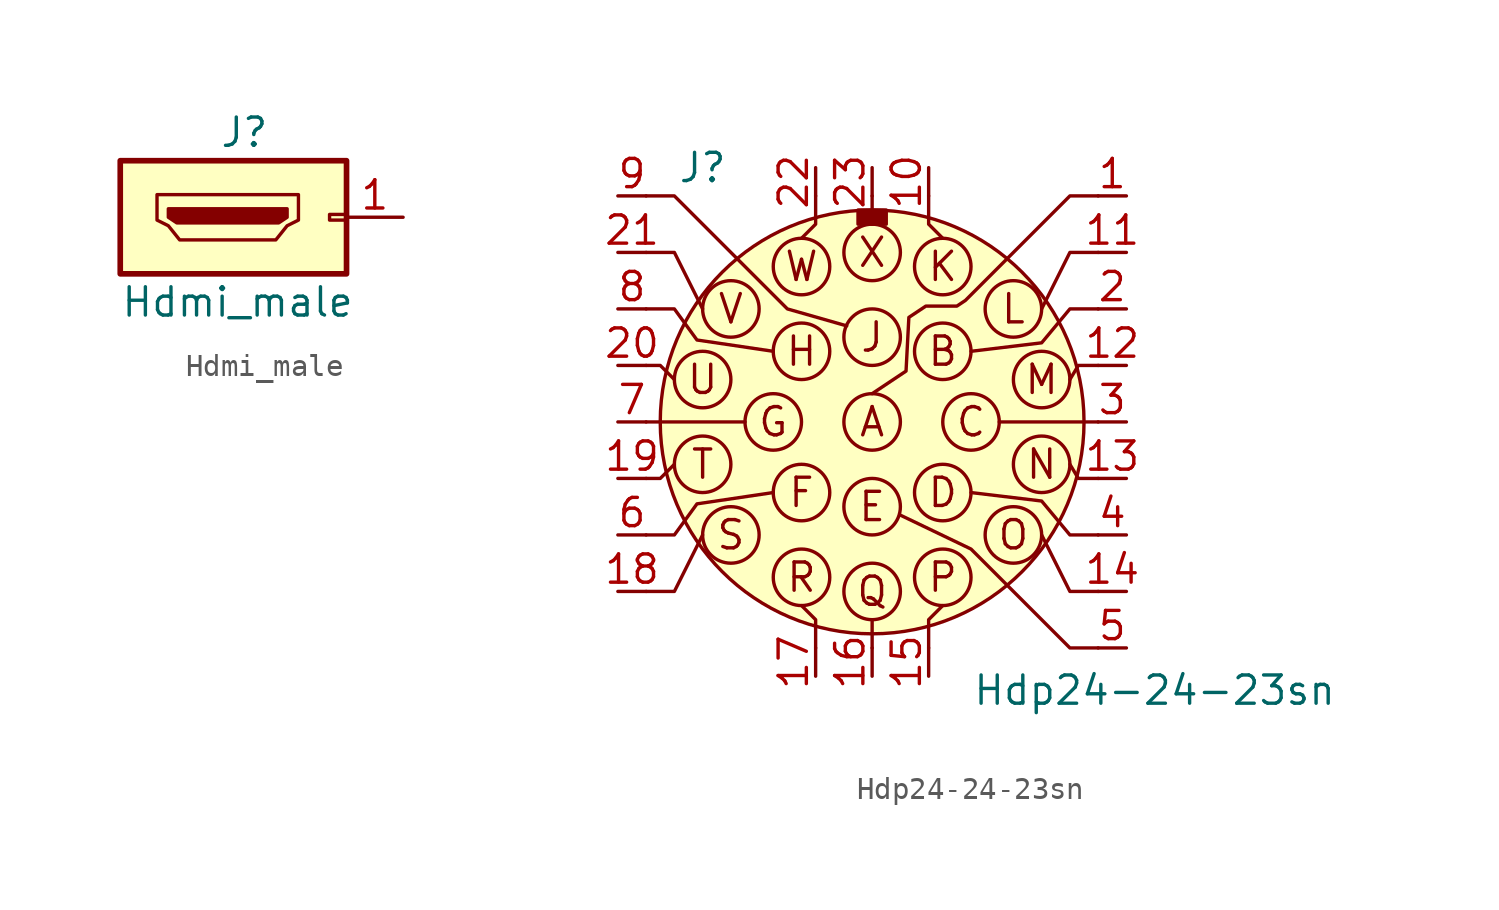
<source format=kicad_sym>
(kicad_symbol_lib
  (version 20211014)
  (generator kicad_symbol_editor)
  (symbol "Hdmi_male"
    (pin_names
      (offset 1.016) hide)
    (property "Reference" "J"
      (at -5.715 3.81 0)
      (effects (font (size 1.27 1.27)) (justify left)))
    (property "Value" "Hdmi_male"
      (at -10.16 -3.81 0)
      (effects (font (size 1.27 1.27)) (justify left)))
    (symbol "Hdmi_male_0_0"
      (polyline (pts (xy -8.509 -0.127) (xy -8.509 1.016) (xy -2.159 1.016) (xy -2.159 -0.127) (xy -2.667 -0.381) (xy -3.175 -1.016) (xy -7.493 -1.016) (xy -8.001 -0.381) (xy -8.509 -0.127)) (stroke (width 0) (type default) (color 0 0 0 0)) (fill (type none))))
    (symbol "Hdmi_male_0_1"
      (rectangle (start -10.16 -2.54) (end 0 2.54) (stroke (width 0.254) (type default) (color 0 0 0 0)) (fill (type background)))
      (rectangle (start 0 -0.127) (end -0.762 0.127) (stroke (width 0) (type default) (color 0 0 0 0)) (fill (type none)))
      (polyline (pts (xy -8.001 0.381) (xy -8.001 0) (xy -7.62 -0.254) (xy -3.048 -0.254) (xy -2.667 0) (xy -2.667 0.381) (xy -8.001 0.381)) (stroke (width 0) (type default) (color 0 0 0 0)) (fill (type outline))))
    (symbol "Hdmi_male_1_1"
      (pin passive line (at 2.54 0 180) (length 2.54) (name "Pin_1" (effects (font (size 1.27 1.27)))) (number "1" (effects (font (size 1.27 1.27)))))))
  (symbol "Hdp24-24-23sn"
    (pin_names
      (offset 1.016) hide)
    (property "Reference" "J"
      (at -7.62 11.43 0)
      (effects (font (size 1.27 1.27))))
    (property "Value" "Hdp24-24-23sn"
      (at 12.7 -12.065 0)
      (effects (font (size 1.27 1.27))))
    (symbol "Hdp24-24-23sn_0_0"
      (text "A" (at 0 0 0) (effects (font (size 1.27 1.27)))))
    (symbol "Hdp24-24-23sn_0_1"
      (circle (center 7.62 1.905) (radius 1.27) (stroke (width 0) (type default) (color 0 0 0 0)) (fill (type none))))
    (symbol "Hdp24-24-23sn_1_1"
      (circle (center -7.62 -1.905) (radius 1.27) (stroke (width 0) (type default) (color 0 0 0 0)) (fill (type none)))
      (circle (center -7.62 1.905) (radius 1.27) (stroke (width 0) (type default) (color 0 0 0 0)) (fill (type none)))
      (circle (center -6.35 -5.08) (radius 1.27) (stroke (width 0) (type default) (color 0 0 0 0)) (fill (type none)))
      (circle (center -6.35 5.08) (radius 1.27) (stroke (width 0) (type default) (color 0 0 0 0)) (fill (type none)))
      (circle (center -4.445 0) (radius 1.27) (stroke (width 0) (type default) (color 0 0 0 0)) (fill (type none)))
      (circle (center -3.175 -6.985) (radius 1.27) (stroke (width 0) (type default) (color 0 0 0 0)) (fill (type none)))
      (circle (center -3.175 -3.175) (radius 1.27) (stroke (width 0) (type default) (color 0 0 0 0)) (fill (type none)))
      (circle (center -3.175 3.175) (radius 1.27) (stroke (width 0) (type default) (color 0 0 0 0)) (fill (type none)))
      (circle (center -3.175 6.985) (radius 1.27) (stroke (width 0) (type default) (color 0 0 0 0)) (fill (type none)))
      (rectangle (start -0.635 9.525) (end 0.635 8.89) (stroke (width 0) (type default) (color 0 0 0 0)) (fill (type outline)))
      (circle (center 0 -7.62) (radius 1.27) (stroke (width 0) (type default) (color 0 0 0 0)) (fill (type none)))
      (circle (center 0 -3.81) (radius 1.27) (stroke (width 0) (type default) (color 0 0 0 0)) (fill (type none)))
      (polyline (pts (xy -5.715 0) (xy -10.16 0)) (stroke (width 0) (type default) (color 0 0 0 0)) (fill (type none)))
      (polyline (pts (xy 0 -8.89) (xy 0 -10.16)) (stroke (width 0) (type default) (color 0 0 0 0)) (fill (type none)))
      (polyline (pts (xy 0 8.89) (xy 0 10.16)) (stroke (width 0) (type default) (color 0 0 0 0)) (fill (type none)))
      (polyline (pts (xy 5.715 0) (xy 10.16 0)) (stroke (width 0) (type default) (color 0 0 0 0)) (fill (type none)))
      (polyline (pts (xy -8.89 -1.905) (xy -9.525 -2.54) (xy -10.16 -2.54)) (stroke (width 0) (type default) (color 0 0 0 0)) (fill (type none)))
      (polyline (pts (xy -8.89 1.905) (xy -9.525 2.54) (xy -10.16 2.54)) (stroke (width 0) (type default) (color 0 0 0 0)) (fill (type none)))
      (polyline (pts (xy -7.62 -5.08) (xy -8.89 -7.62) (xy -10.16 -7.62)) (stroke (width 0) (type default) (color 0 0 0 0)) (fill (type none)))
      (polyline (pts (xy -7.62 5.08) (xy -8.89 7.62) (xy -10.16 7.62)) (stroke (width 0) (type default) (color 0 0 0 0)) (fill (type none)))
      (polyline (pts (xy -3.175 -8.255) (xy -2.54 -8.89) (xy -2.54 -10.16)) (stroke (width 0) (type default) (color 0 0 0 0)) (fill (type none)))
      (polyline (pts (xy -3.175 8.255) (xy -2.54 8.89) (xy -2.54 10.16)) (stroke (width 0) (type default) (color 0 0 0 0)) (fill (type none)))
      (polyline (pts (xy 3.175 -8.255) (xy 2.54 -8.89) (xy 2.54 -10.16)) (stroke (width 0) (type default) (color 0 0 0 0)) (fill (type none)))
      (polyline (pts (xy 3.175 8.255) (xy 2.54 8.89) (xy 2.54 10.16)) (stroke (width 0) (type default) (color 0 0 0 0)) (fill (type none)))
      (polyline (pts (xy 7.62 -5.08) (xy 8.89 -7.62) (xy 10.16 -7.62)) (stroke (width 0) (type default) (color 0 0 0 0)) (fill (type none)))
      (polyline (pts (xy 7.62 5.08) (xy 8.89 7.62) (xy 10.16 7.62)) (stroke (width 0) (type default) (color 0 0 0 0)) (fill (type none)))
      (polyline (pts (xy 8.89 -1.905) (xy 9.271 -2.54) (xy 10.16 -2.54)) (stroke (width 0) (type default) (color 0 0 0 0)) (fill (type none)))
      (polyline (pts (xy 8.89 1.905) (xy 9.271 2.54) (xy 10.16 2.54)) (stroke (width 0) (type default) (color 0 0 0 0)) (fill (type none)))
      (polyline (pts (xy -4.445 -3.175) (xy -7.874 -3.683) (xy -8.89 -5.08) (xy -10.16 -5.08)) (stroke (width 0) (type default) (color 0 0 0 0)) (fill (type none)))
      (polyline (pts (xy -4.445 3.175) (xy -7.874 3.683) (xy -8.89 5.08) (xy -10.16 5.08)) (stroke (width 0) (type default) (color 0 0 0 0)) (fill (type none)))
      (polyline (pts (xy 4.445 -3.175) (xy 7.62 -3.556) (xy 8.89 -5.08) (xy 10.16 -5.08)) (stroke (width 0) (type default) (color 0 0 0 0)) (fill (type none)))
      (polyline (pts (xy 4.445 3.175) (xy 7.62 3.556) (xy 8.89 5.08) (xy 10.16 5.08)) (stroke (width 0) (type default) (color 0 0 0 0)) (fill (type none)))
      (polyline (pts (xy -1.143 4.318) (xy -3.81 5.08) (xy -6.35 7.62) (xy -8.89 10.16) (xy -10.16 10.16)) (stroke (width 0) (type default) (color 0 0 0 0)) (fill (type none)))
      (polyline (pts (xy 1.27 -4.191) (xy 4.445 -5.715) (xy 6.35 -7.62) (xy 6.985 -8.255) (xy 8.89 -10.16) (xy 10.16 -10.16)) (stroke (width 0) (type default) (color 0 0 0 0)) (fill (type none)))
      (polyline (pts (xy 0 1.27) (xy 1.524 2.286) (xy 1.651 4.699) (xy 2.413 5.207) (xy 3.81 5.207) (xy 4.191 5.461) (xy 8.89 10.16) (xy 10.16 10.16)) (stroke (width 0) (type default) (color 0 0 0 0)) (fill (type none)))
      (circle (center 0 0) (radius 1.27) (stroke (width 0) (type default) (color 0 0 0 0)) (fill (type none)))
      (circle (center 0 0) (radius 9.525) (stroke (width 0) (type default) (color 0 0 0 0)) (fill (type background)))
      (circle (center 0 3.81) (radius 1.27) (stroke (width 0) (type default) (color 0 0 0 0)) (fill (type none)))
      (circle (center 0 7.62) (radius 1.27) (stroke (width 0) (type default) (color 0 0 0 0)) (fill (type none)))
      (circle (center 3.175 -6.985) (radius 1.27) (stroke (width 0) (type default) (color 0 0 0 0)) (fill (type none)))
      (circle (center 3.175 -3.175) (radius 1.27) (stroke (width 0) (type default) (color 0 0 0 0)) (fill (type none)))
      (circle (center 3.175 3.175) (radius 1.27) (stroke (width 0) (type default) (color 0 0 0 0)) (fill (type none)))
      (circle (center 3.175 6.985) (radius 1.27) (stroke (width 0) (type default) (color 0 0 0 0)) (fill (type none)))
      (circle (center 4.445 0) (radius 1.27) (stroke (width 0) (type default) (color 0 0 0 0)) (fill (type none)))
      (circle (center 6.35 -5.08) (radius 1.27) (stroke (width 0) (type default) (color 0 0 0 0)) (fill (type none)))
      (circle (center 6.35 5.08) (radius 1.27) (stroke (width 0) (type default) (color 0 0 0 0)) (fill (type none)))
      (circle (center 7.62 -1.905) (radius 1.27) (stroke (width 0) (type default) (color 0 0 0 0)) (fill (type none)))
      (text "B" (at 3.175 3.175 0) (effects (font (size 1.27 1.27))))
      (text "C" (at 4.445 0 0) (effects (font (size 1.27 1.27))))
      (text "D" (at 3.175 -3.175 0) (effects (font (size 1.27 1.27))))
      (text "E" (at 0 -3.81 0) (effects (font (size 1.27 1.27))))
      (text "F" (at -3.175 -3.175 0) (effects (font (size 1.27 1.27))))
      (text "G" (at -4.445 0 0) (effects (font (size 1.27 1.27))))
      (text "H" (at -3.175 3.175 0) (effects (font (size 1.27 1.27))))
      (text "J" (at 0 3.81 0) (effects (font (size 1.27 1.27))))
      (text "K" (at 3.175 6.985 0) (effects (font (size 1.27 1.27))))
      (text "L" (at 6.35 5.08 0) (effects (font (size 1.27 1.27))))
      (text "M" (at 7.62 1.905 0) (effects (font (size 1.27 1.27))))
      (text "N" (at 7.62 -1.905 0) (effects (font (size 1.27 1.27))))
      (text "O" (at 6.35 -5.08 0) (effects (font (size 1.27 1.27))))
      (text "P" (at 3.175 -6.985 0) (effects (font (size 1.27 1.27))))
      (text "Q" (at 0 -7.62 0) (effects (font (size 1.27 1.27))))
      (text "R" (at -3.175 -6.985 0) (effects (font (size 1.27 1.27))))
      (text "S" (at -6.35 -5.08 0) (effects (font (size 1.27 1.27))))
      (text "T" (at -7.62 -1.905 0) (effects (font (size 1.27 1.27))))
      (text "U" (at -7.62 1.905 0) (effects (font (size 1.27 1.27))))
      (text "V" (at -6.35 5.08 0) (effects (font (size 1.27 1.27))))
      (text "W" (at -3.175 6.985 0) (effects (font (size 1.27 1.27))))
      (text "X" (at 0 7.62 0) (effects (font (size 1.27 1.27))))
      (pin passive line (at 11.43 10.16 180) (length 1.27) (name "A" (effects (font (size 1.27 1.27)))) (number "1" (effects (font (size 1.27 1.27)))))
      (pin passive line (at 2.54 11.43 270) (length 1.27) (name "K" (effects (font (size 1.27 1.27)))) (number "10" (effects (font (size 1.27 1.27)))))
      (pin passive line (at 11.43 7.62 180) (length 1.27) (name "L" (effects (font (size 1.27 1.27)))) (number "11" (effects (font (size 1.27 1.27)))))
      (pin passive line (at 11.43 2.54 180) (length 1.27) (name "M" (effects (font (size 1.27 1.27)))) (number "12" (effects (font (size 1.27 1.27)))))
      (pin passive line (at 11.43 -2.54 180) (length 1.27) (name "N" (effects (font (size 1.27 1.27)))) (number "13" (effects (font (size 1.27 1.27)))))
      (pin passive line (at 11.43 -7.62 180) (length 1.27) (name "O" (effects (font (size 1.27 1.27)))) (number "14" (effects (font (size 1.27 1.27)))))
      (pin passive line (at 2.54 -11.43 90) (length 1.27) (name "P" (effects (font (size 1.27 1.27)))) (number "15" (effects (font (size 1.27 1.27)))))
      (pin passive line (at 0 -11.43 90) (length 1.27) (name "Q" (effects (font (size 1.27 1.27)))) (number "16" (effects (font (size 1.27 1.27)))))
      (pin passive line (at -2.54 -11.43 90) (length 1.27) (name "R" (effects (font (size 1.27 1.27)))) (number "17" (effects (font (size 1.27 1.27)))))
      (pin passive line (at -11.43 -7.62 0) (length 1.27) (name "S" (effects (font (size 1.27 1.27)))) (number "18" (effects (font (size 1.27 1.27)))))
      (pin passive line (at -11.43 -2.54 0) (length 1.27) (name "T" (effects (font (size 1.27 1.27)))) (number "19" (effects (font (size 1.27 1.27)))))
      (pin passive line (at 11.43 5.08 180) (length 1.27) (name "B" (effects (font (size 1.27 1.27)))) (number "2" (effects (font (size 1.27 1.27)))))
      (pin passive line (at -11.43 2.54 0) (length 1.27) (name "U" (effects (font (size 1.27 1.27)))) (number "20" (effects (font (size 1.27 1.27)))))
      (pin passive line (at -11.43 7.62 0) (length 1.27) (name "V" (effects (font (size 1.27 1.27)))) (number "21" (effects (font (size 1.27 1.27)))))
      (pin passive line (at -2.54 11.43 270) (length 1.27) (name "W" (effects (font (size 1.27 1.27)))) (number "22" (effects (font (size 1.27 1.27)))))
      (pin passive line (at 0 11.43 270) (length 1.27) (name "X" (effects (font (size 1.27 1.27)))) (number "23" (effects (font (size 1.27 1.27)))))
      (pin passive line (at 11.43 0 180) (length 1.27) (name "C" (effects (font (size 1.27 1.27)))) (number "3" (effects (font (size 1.27 1.27)))))
      (pin passive line (at 11.43 -5.08 180) (length 1.27) (name "D" (effects (font (size 1.27 1.27)))) (number "4" (effects (font (size 1.27 1.27)))))
      (pin passive line (at 11.43 -10.16 180) (length 1.27) (name "E" (effects (font (size 1.27 1.27)))) (number "5" (effects (font (size 1.27 1.27)))))
      (pin passive line (at -11.43 -5.08 0) (length 1.27) (name "F" (effects (font (size 1.27 1.27)))) (number "6" (effects (font (size 1.27 1.27)))))
      (pin passive line (at -11.43 0 0) (length 1.27) (name "G" (effects (font (size 1.27 1.27)))) (number "7" (effects (font (size 1.27 1.27)))))
      (pin passive line (at -11.43 5.08 0) (length 1.27) (name "H" (effects (font (size 1.27 1.27)))) (number "8" (effects (font (size 1.27 1.27)))))
      (pin passive line (at -11.43 10.16 0) (length 1.27) (name "J" (effects (font (size 1.27 1.27)))) (number "9" (effects (font (size 1.27 1.27))))))))
</source>
